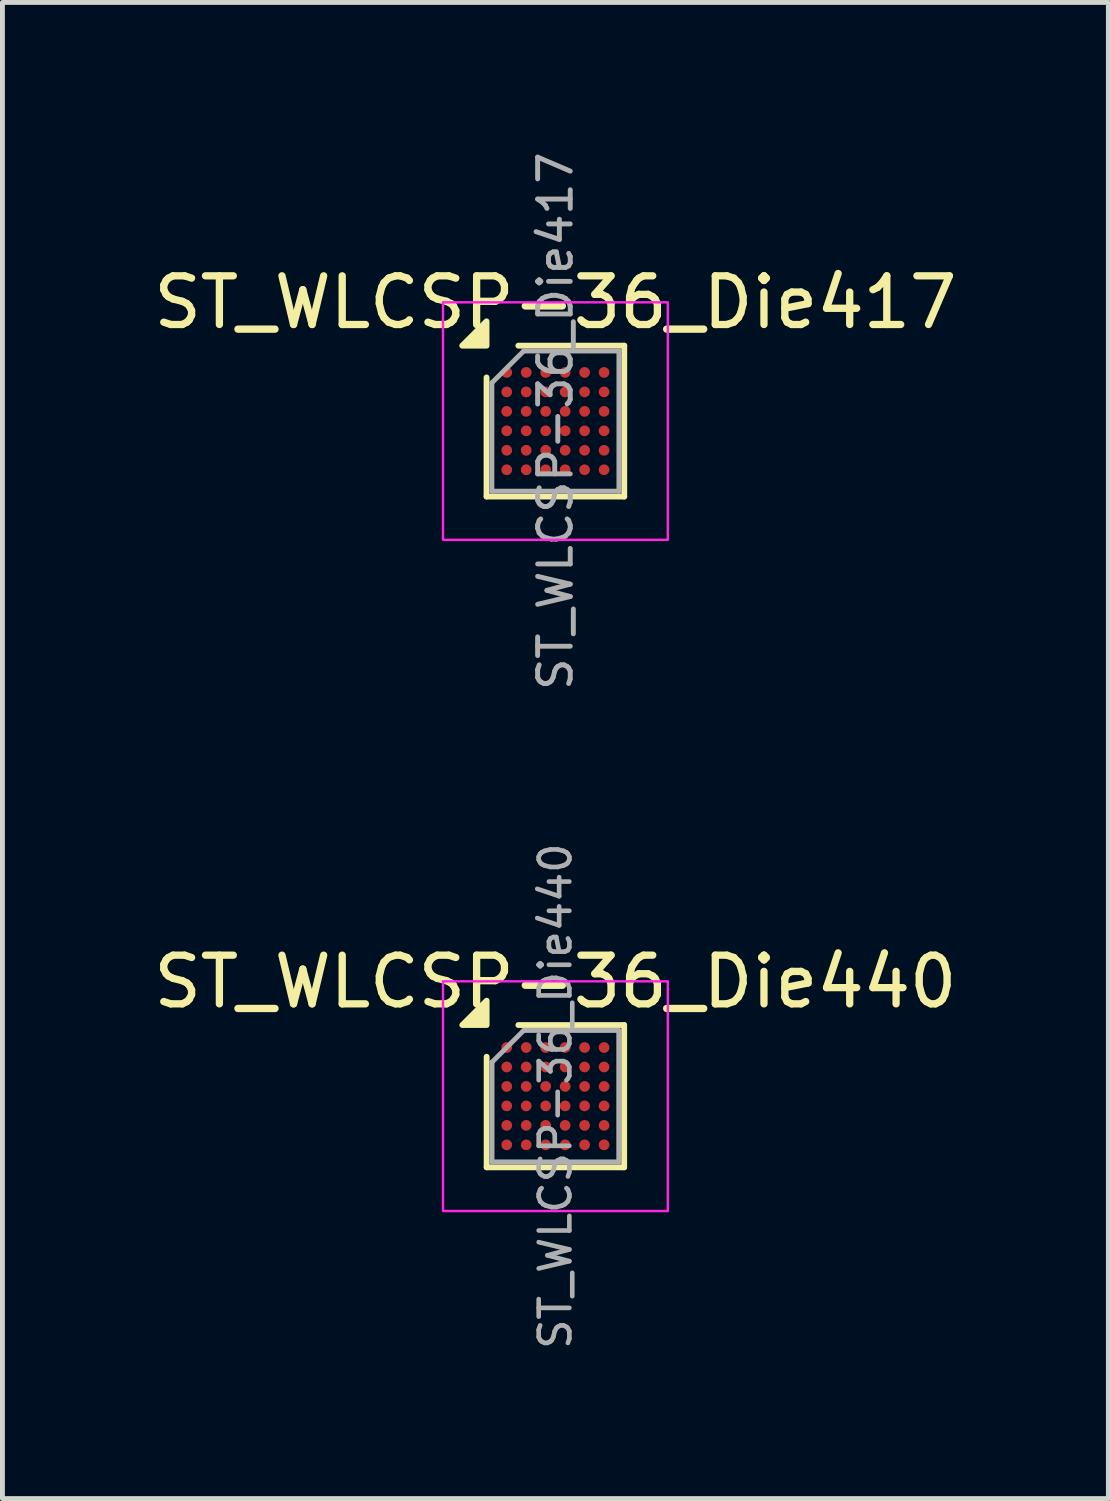
<source format=kicad_pcb>
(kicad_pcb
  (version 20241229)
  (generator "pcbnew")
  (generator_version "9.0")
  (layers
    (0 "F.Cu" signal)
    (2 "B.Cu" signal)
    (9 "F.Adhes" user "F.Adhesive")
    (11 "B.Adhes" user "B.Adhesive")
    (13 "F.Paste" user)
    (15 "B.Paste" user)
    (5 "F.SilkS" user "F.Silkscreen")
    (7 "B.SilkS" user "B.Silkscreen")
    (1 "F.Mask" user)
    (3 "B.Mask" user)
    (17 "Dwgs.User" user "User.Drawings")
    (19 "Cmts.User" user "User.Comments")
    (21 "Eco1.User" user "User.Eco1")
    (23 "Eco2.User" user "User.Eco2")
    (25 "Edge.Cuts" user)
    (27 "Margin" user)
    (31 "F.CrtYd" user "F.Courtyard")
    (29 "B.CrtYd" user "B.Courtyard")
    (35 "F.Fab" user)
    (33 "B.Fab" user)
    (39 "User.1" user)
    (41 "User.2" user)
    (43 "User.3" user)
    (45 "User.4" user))
  (footprint "ST_WLCSP-36_Die417"
    (layer "F.Cu")
    (at 8.363 5.603)
    (property "Reference" "ST_WLCSP-36_Die417" (at 0 -2.44 0) (layer "F.SilkS") (effects (font (size 1 1) (thickness 0.15))))
    (attr smd)
    (fp_line (start -1.415 1.55) (end -1.415 -0.897) (stroke (width 0.12) (type solid)) (layer "F.SilkS"))
    (fp_line (start -0.762 -1.55) (end 1.415 -1.55) (stroke (width 0.12) (type solid)) (layer "F.SilkS"))
    (fp_line (start 1.415 -1.55) (end 1.415 1.55) (stroke (width 0.12) (type solid)) (layer "F.SilkS"))
    (fp_line (start 1.415 1.55) (end -1.415 1.55) (stroke (width 0.12) (type solid)) (layer "F.SilkS"))
    (fp_poly (pts (xy -1.415 -1.55) (xy -1.915 -1.55) (xy -1.415 -2.05)) (stroke (width 0.12) (type solid)) (fill yes) (layer "F.SilkS"))
    (fp_rect (start -2.31 -2.44) (end 2.31 2.44) (stroke (width 0.05) (type solid)) (fill no) (layer "F.CrtYd"))
    (fp_line (start -1.305 -0.787) (end -0.652 -1.44) (stroke (width 0.1) (type solid)) (layer "F.Fab"))
    (fp_line (start -1.305 1.44) (end -1.305 -0.787) (stroke (width 0.1) (type solid)) (layer "F.Fab"))
    (fp_line (start -0.652 -1.44) (end 1.305 -1.44) (stroke (width 0.1) (type solid)) (layer "F.Fab"))
    (fp_line (start 1.305 -1.44) (end 1.305 1.44) (stroke (width 0.1) (type solid)) (layer "F.Fab"))
    (fp_line (start 1.305 1.44) (end -1.305 1.44) (stroke (width 0.1) (type solid)) (layer "F.Fab"))
    (fp_text user "${REFERENCE}" (at 0 0 270) (layer "F.Fab") (effects (font (size 0.67 0.67) (thickness 0.101))))
    (pad "A1" smd circle (at -1 -1) (size 0.22 0.22) (property pad_prop_bga) (layers "F.Cu" "F.Mask" "F.Paste"))
    (pad "A2" smd circle (at -0.6 -1) (size 0.22 0.22) (property pad_prop_bga) (layers "F.Cu" "F.Mask" "F.Paste"))
    (pad "A3" smd circle (at -0.2 -1) (size 0.22 0.22) (property pad_prop_bga) (layers "F.Cu" "F.Mask" "F.Paste"))
    (pad "A4" smd circle (at 0.2 -1) (size 0.22 0.22) (property pad_prop_bga) (layers "F.Cu" "F.Mask" "F.Paste"))
    (pad "A5" smd circle (at 0.6 -1) (size 0.22 0.22) (property pad_prop_bga) (layers "F.Cu" "F.Mask" "F.Paste"))
    (pad "A6" smd circle (at 1 -1) (size 0.22 0.22) (property pad_prop_bga) (layers "F.Cu" "F.Mask" "F.Paste"))
    (pad "B1" smd circle (at -1 -0.6) (size 0.22 0.22) (property pad_prop_bga) (layers "F.Cu" "F.Mask" "F.Paste"))
    (pad "B2" smd circle (at -0.6 -0.6) (size 0.22 0.22) (property pad_prop_bga) (layers "F.Cu" "F.Mask" "F.Paste"))
    (pad "B3" smd circle (at -0.2 -0.6) (size 0.22 0.22) (property pad_prop_bga) (layers "F.Cu" "F.Mask" "F.Paste"))
    (pad "B4" smd circle (at 0.2 -0.6) (size 0.22 0.22) (property pad_prop_bga) (layers "F.Cu" "F.Mask" "F.Paste"))
    (pad "B5" smd circle (at 0.6 -0.6) (size 0.22 0.22) (property pad_prop_bga) (layers "F.Cu" "F.Mask" "F.Paste"))
    (pad "B6" smd circle (at 1 -0.6) (size 0.22 0.22) (property pad_prop_bga) (layers "F.Cu" "F.Mask" "F.Paste"))
    (pad "C1" smd circle (at -1 -0.2) (size 0.22 0.22) (property pad_prop_bga) (layers "F.Cu" "F.Mask" "F.Paste"))
    (pad "C2" smd circle (at -0.6 -0.2) (size 0.22 0.22) (property pad_prop_bga) (layers "F.Cu" "F.Mask" "F.Paste"))
    (pad "C3" smd circle (at -0.2 -0.2) (size 0.22 0.22) (property pad_prop_bga) (layers "F.Cu" "F.Mask" "F.Paste"))
    (pad "C4" smd circle (at 0.2 -0.2) (size 0.22 0.22) (property pad_prop_bga) (layers "F.Cu" "F.Mask" "F.Paste"))
    (pad "C5" smd circle (at 0.6 -0.2) (size 0.22 0.22) (property pad_prop_bga) (layers "F.Cu" "F.Mask" "F.Paste"))
    (pad "C6" smd circle (at 1 -0.2) (size 0.22 0.22) (property pad_prop_bga) (layers "F.Cu" "F.Mask" "F.Paste"))
    (pad "D1" smd circle (at -1 0.2) (size 0.22 0.22) (property pad_prop_bga) (layers "F.Cu" "F.Mask" "F.Paste"))
    (pad "D2" smd circle (at -0.6 0.2) (size 0.22 0.22) (property pad_prop_bga) (layers "F.Cu" "F.Mask" "F.Paste"))
    (pad "D3" smd circle (at -0.2 0.2) (size 0.22 0.22) (property pad_prop_bga) (layers "F.Cu" "F.Mask" "F.Paste"))
    (pad "D4" smd circle (at 0.2 0.2) (size 0.22 0.22) (property pad_prop_bga) (layers "F.Cu" "F.Mask" "F.Paste"))
    (pad "D5" smd circle (at 0.6 0.2) (size 0.22 0.22) (property pad_prop_bga) (layers "F.Cu" "F.Mask" "F.Paste"))
    (pad "D6" smd circle (at 1 0.2) (size 0.22 0.22) (property pad_prop_bga) (layers "F.Cu" "F.Mask" "F.Paste"))
    (pad "E1" smd circle (at -1 0.6) (size 0.22 0.22) (property pad_prop_bga) (layers "F.Cu" "F.Mask" "F.Paste"))
    (pad "E2" smd circle (at -0.6 0.6) (size 0.22 0.22) (property pad_prop_bga) (layers "F.Cu" "F.Mask" "F.Paste"))
    (pad "E3" smd circle (at -0.2 0.6) (size 0.22 0.22) (property pad_prop_bga) (layers "F.Cu" "F.Mask" "F.Paste"))
    (pad "E4" smd circle (at 0.2 0.6) (size 0.22 0.22) (property pad_prop_bga) (layers "F.Cu" "F.Mask" "F.Paste"))
    (pad "E5" smd circle (at 0.6 0.6) (size 0.22 0.22) (property pad_prop_bga) (layers "F.Cu" "F.Mask" "F.Paste"))
    (pad "E6" smd circle (at 1 0.6) (size 0.22 0.22) (property pad_prop_bga) (layers "F.Cu" "F.Mask" "F.Paste"))
    (pad "F1" smd circle (at -1 1) (size 0.22 0.22) (property pad_prop_bga) (layers "F.Cu" "F.Mask" "F.Paste"))
    (pad "F2" smd circle (at -0.6 1) (size 0.22 0.22) (property pad_prop_bga) (layers "F.Cu" "F.Mask" "F.Paste"))
    (pad "F3" smd circle (at -0.2 1) (size 0.22 0.22) (property pad_prop_bga) (layers "F.Cu" "F.Mask" "F.Paste"))
    (pad "F4" smd circle (at 0.2 1) (size 0.22 0.22) (property pad_prop_bga) (layers "F.Cu" "F.Mask" "F.Paste"))
    (pad "F5" smd circle (at 0.6 1) (size 0.22 0.22) (property pad_prop_bga) (layers "F.Cu" "F.Mask" "F.Paste"))
    (pad "F6" smd circle (at 1 1) (size 0.22 0.22) (property pad_prop_bga) (layers "F.Cu" "F.Mask" "F.Paste")))
  (footprint "ST_WLCSP-36_Die440"
    (layer "F.Cu")
    (at 8.363 19.475)
    (property "Reference" "ST_WLCSP-36_Die440" (at 0 -2.352 0) (layer "F.SilkS") (effects (font (size 1 1) (thickness 0.15))))
    (attr smd)
    (fp_line (start -1.413 1.462) (end -1.413 -0.81) (stroke (width 0.12) (type solid)) (layer "F.SilkS"))
    (fp_line (start -0.761 -1.462) (end 1.413 -1.462) (stroke (width 0.12) (type solid)) (layer "F.SilkS"))
    (fp_line (start 1.413 -1.462) (end 1.413 1.462) (stroke (width 0.12) (type solid)) (layer "F.SilkS"))
    (fp_line (start 1.413 1.462) (end -1.413 1.462) (stroke (width 0.12) (type solid)) (layer "F.SilkS"))
    (fp_poly (pts (xy -1.413 -1.462) (xy -1.913 -1.462) (xy -1.413 -1.962)) (stroke (width 0.12) (type solid)) (fill yes) (layer "F.SilkS"))
    (fp_rect (start -2.31 -2.36) (end 2.31 2.36) (stroke (width 0.05) (type solid)) (fill no) (layer "F.CrtYd"))
    (fp_line (start -1.302 -0.7) (end -0.651 -1.351) (stroke (width 0.1) (type solid)) (layer "F.Fab"))
    (fp_line (start -1.302 1.351) (end -1.302 -0.7) (stroke (width 0.1) (type solid)) (layer "F.Fab"))
    (fp_line (start -0.651 -1.351) (end 1.302 -1.351) (stroke (width 0.1) (type solid)) (layer "F.Fab"))
    (fp_line (start 1.302 -1.351) (end 1.302 1.351) (stroke (width 0.1) (type solid)) (layer "F.Fab"))
    (fp_line (start 1.302 1.351) (end -1.302 1.351) (stroke (width 0.1) (type solid)) (layer "F.Fab"))
    (fp_text user "${REFERENCE}" (at 0 0 270) (layer "F.Fab") (effects (font (size 0.63 0.63) (thickness 0.095))))
    (pad "A1" smd circle (at -1 -1) (size 0.22 0.22) (property pad_prop_bga) (layers "F.Cu" "F.Mask" "F.Paste"))
    (pad "A2" smd circle (at -0.6 -1) (size 0.22 0.22) (property pad_prop_bga) (layers "F.Cu" "F.Mask" "F.Paste"))
    (pad "A3" smd circle (at -0.2 -1) (size 0.22 0.22) (property pad_prop_bga) (layers "F.Cu" "F.Mask" "F.Paste"))
    (pad "A4" smd circle (at 0.2 -1) (size 0.22 0.22) (property pad_prop_bga) (layers "F.Cu" "F.Mask" "F.Paste"))
    (pad "A5" smd circle (at 0.6 -1) (size 0.22 0.22) (property pad_prop_bga) (layers "F.Cu" "F.Mask" "F.Paste"))
    (pad "A6" smd circle (at 1 -1) (size 0.22 0.22) (property pad_prop_bga) (layers "F.Cu" "F.Mask" "F.Paste"))
    (pad "B1" smd circle (at -1 -0.6) (size 0.22 0.22) (property pad_prop_bga) (layers "F.Cu" "F.Mask" "F.Paste"))
    (pad "B2" smd circle (at -0.6 -0.6) (size 0.22 0.22) (property pad_prop_bga) (layers "F.Cu" "F.Mask" "F.Paste"))
    (pad "B3" smd circle (at -0.2 -0.6) (size 0.22 0.22) (property pad_prop_bga) (layers "F.Cu" "F.Mask" "F.Paste"))
    (pad "B4" smd circle (at 0.2 -0.6) (size 0.22 0.22) (property pad_prop_bga) (layers "F.Cu" "F.Mask" "F.Paste"))
    (pad "B5" smd circle (at 0.6 -0.6) (size 0.22 0.22) (property pad_prop_bga) (layers "F.Cu" "F.Mask" "F.Paste"))
    (pad "B6" smd circle (at 1 -0.6) (size 0.22 0.22) (property pad_prop_bga) (layers "F.Cu" "F.Mask" "F.Paste"))
    (pad "C1" smd circle (at -1 -0.2) (size 0.22 0.22) (property pad_prop_bga) (layers "F.Cu" "F.Mask" "F.Paste"))
    (pad "C2" smd circle (at -0.6 -0.2) (size 0.22 0.22) (property pad_prop_bga) (layers "F.Cu" "F.Mask" "F.Paste"))
    (pad "C3" smd circle (at -0.2 -0.2) (size 0.22 0.22) (property pad_prop_bga) (layers "F.Cu" "F.Mask" "F.Paste"))
    (pad "C4" smd circle (at 0.2 -0.2) (size 0.22 0.22) (property pad_prop_bga) (layers "F.Cu" "F.Mask" "F.Paste"))
    (pad "C5" smd circle (at 0.6 -0.2) (size 0.22 0.22) (property pad_prop_bga) (layers "F.Cu" "F.Mask" "F.Paste"))
    (pad "C6" smd circle (at 1 -0.2) (size 0.22 0.22) (property pad_prop_bga) (layers "F.Cu" "F.Mask" "F.Paste"))
    (pad "D1" smd circle (at -1 0.2) (size 0.22 0.22) (property pad_prop_bga) (layers "F.Cu" "F.Mask" "F.Paste"))
    (pad "D2" smd circle (at -0.6 0.2) (size 0.22 0.22) (property pad_prop_bga) (layers "F.Cu" "F.Mask" "F.Paste"))
    (pad "D3" smd circle (at -0.2 0.2) (size 0.22 0.22) (property pad_prop_bga) (layers "F.Cu" "F.Mask" "F.Paste"))
    (pad "D4" smd circle (at 0.2 0.2) (size 0.22 0.22) (property pad_prop_bga) (layers "F.Cu" "F.Mask" "F.Paste"))
    (pad "D5" smd circle (at 0.6 0.2) (size 0.22 0.22) (property pad_prop_bga) (layers "F.Cu" "F.Mask" "F.Paste"))
    (pad "D6" smd circle (at 1 0.2) (size 0.22 0.22) (property pad_prop_bga) (layers "F.Cu" "F.Mask" "F.Paste"))
    (pad "E1" smd circle (at -1 0.6) (size 0.22 0.22) (property pad_prop_bga) (layers "F.Cu" "F.Mask" "F.Paste"))
    (pad "E2" smd circle (at -0.6 0.6) (size 0.22 0.22) (property pad_prop_bga) (layers "F.Cu" "F.Mask" "F.Paste"))
    (pad "E3" smd circle (at -0.2 0.6) (size 0.22 0.22) (property pad_prop_bga) (layers "F.Cu" "F.Mask" "F.Paste"))
    (pad "E4" smd circle (at 0.2 0.6) (size 0.22 0.22) (property pad_prop_bga) (layers "F.Cu" "F.Mask" "F.Paste"))
    (pad "E5" smd circle (at 0.6 0.6) (size 0.22 0.22) (property pad_prop_bga) (layers "F.Cu" "F.Mask" "F.Paste"))
    (pad "E6" smd circle (at 1 0.6) (size 0.22 0.22) (property pad_prop_bga) (layers "F.Cu" "F.Mask" "F.Paste"))
    (pad "F1" smd circle (at -1 1) (size 0.22 0.22) (property pad_prop_bga) (layers "F.Cu" "F.Mask" "F.Paste"))
    (pad "F2" smd circle (at -0.6 1) (size 0.22 0.22) (property pad_prop_bga) (layers "F.Cu" "F.Mask" "F.Paste"))
    (pad "F3" smd circle (at -0.2 1) (size 0.22 0.22) (property pad_prop_bga) (layers "F.Cu" "F.Mask" "F.Paste"))
    (pad "F4" smd circle (at 0.2 1) (size 0.22 0.22) (property pad_prop_bga) (layers "F.Cu" "F.Mask" "F.Paste"))
    (pad "F5" smd circle (at 0.6 1) (size 0.22 0.22) (property pad_prop_bga) (layers "F.Cu" "F.Mask" "F.Paste"))
    (pad "F6" smd circle (at 1 1) (size 0.22 0.22) (property pad_prop_bga) (layers "F.Cu" "F.Mask" "F.Paste")))
  (gr_rect
    (start -3 -3)
    (end 19.726 27.744)
    (stroke (width 0.1) (type default))
    (fill no)
    (layer "Edge.Cuts")))
</source>
